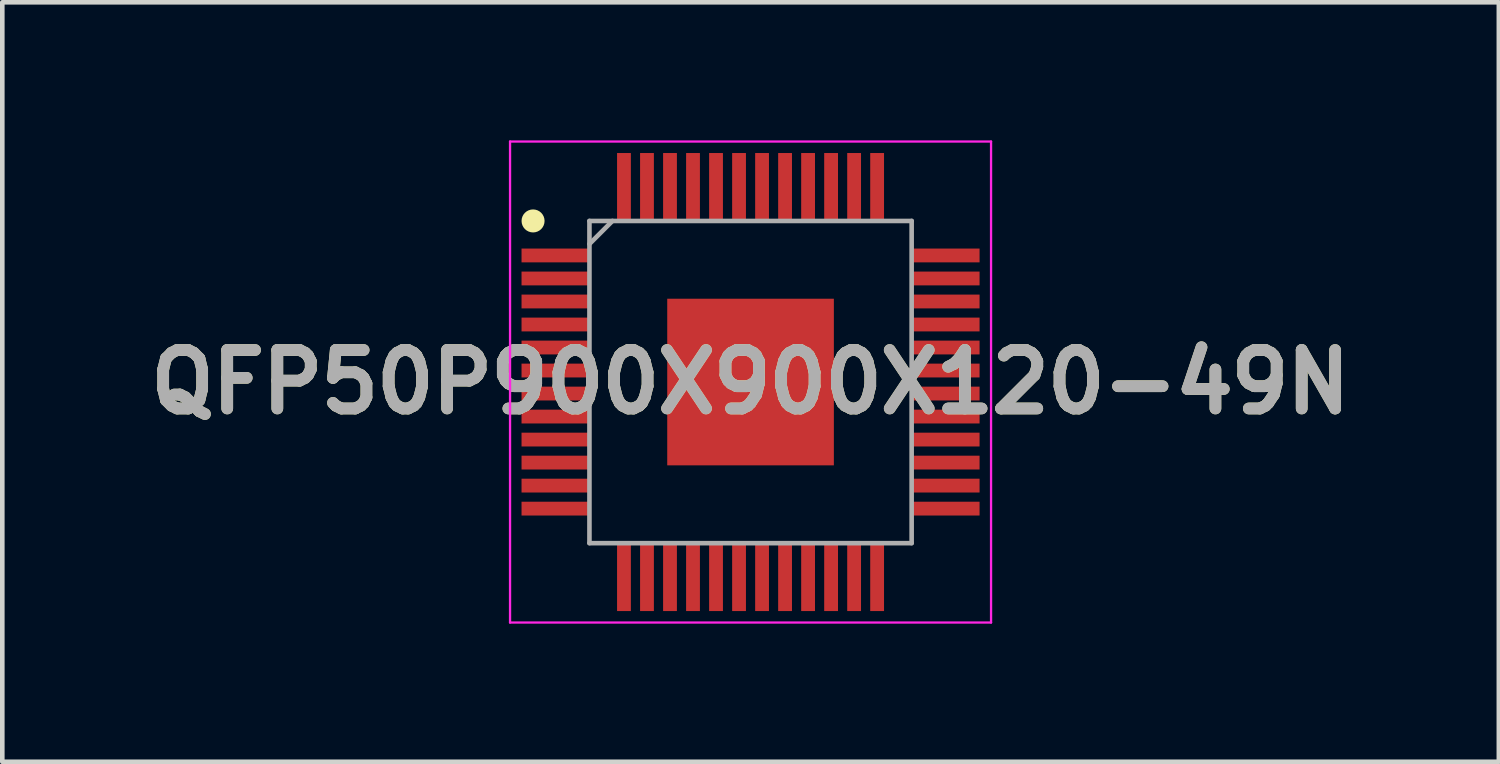
<source format=kicad_pcb>
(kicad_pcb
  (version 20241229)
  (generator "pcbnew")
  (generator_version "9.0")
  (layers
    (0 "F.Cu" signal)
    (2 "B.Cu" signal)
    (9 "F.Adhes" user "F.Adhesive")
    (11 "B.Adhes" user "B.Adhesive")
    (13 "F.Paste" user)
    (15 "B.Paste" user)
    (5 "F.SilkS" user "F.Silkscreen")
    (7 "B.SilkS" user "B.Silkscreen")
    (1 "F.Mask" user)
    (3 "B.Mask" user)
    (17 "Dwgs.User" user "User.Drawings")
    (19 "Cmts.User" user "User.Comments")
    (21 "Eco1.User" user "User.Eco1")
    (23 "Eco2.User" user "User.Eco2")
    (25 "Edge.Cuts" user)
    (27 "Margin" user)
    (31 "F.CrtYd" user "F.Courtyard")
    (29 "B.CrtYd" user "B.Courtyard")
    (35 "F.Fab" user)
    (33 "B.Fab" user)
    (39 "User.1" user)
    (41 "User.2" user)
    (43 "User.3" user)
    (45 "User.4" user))
  (footprint "QFP50P900X900X120-49N"
    (layer "F.Cu")
    (at 13.256 5.25)
    (property "Reference" "QFP50P900X900X120-49N" (at 0 0 0) (layer "F.SilkS") (effects (font (size 1.27 1.27) (thickness 0.254))))
    (attr smd)
    (fp_circle (center -4.725 -3.5) (end -4.725 -3.375) (stroke (width 0.25) (type solid)) (fill no) (layer "F.SilkS"))
    (fp_line (start -5.225 -5.225) (end 5.225 -5.225) (stroke (width 0.05) (type solid)) (layer "F.CrtYd"))
    (fp_line (start -5.225 5.225) (end -5.225 -5.225) (stroke (width 0.05) (type solid)) (layer "F.CrtYd"))
    (fp_line (start 5.225 -5.225) (end 5.225 5.225) (stroke (width 0.05) (type solid)) (layer "F.CrtYd"))
    (fp_line (start 5.225 5.225) (end -5.225 5.225) (stroke (width 0.05) (type solid)) (layer "F.CrtYd"))
    (fp_line (start -3.5 -3.5) (end 3.5 -3.5) (stroke (width 0.1) (type solid)) (layer "F.Fab"))
    (fp_line (start -3.5 -3) (end -3 -3.5) (stroke (width 0.1) (type solid)) (layer "F.Fab"))
    (fp_line (start -3.5 3.5) (end -3.5 -3.5) (stroke (width 0.1) (type solid)) (layer "F.Fab"))
    (fp_line (start 3.5 -3.5) (end 3.5 3.5) (stroke (width 0.1) (type solid)) (layer "F.Fab"))
    (fp_line (start 3.5 3.5) (end -3.5 3.5) (stroke (width 0.1) (type solid)) (layer "F.Fab"))
    (fp_text user "${REFERENCE}" (at 0 0 0) (layer "F.Fab") (effects (font (size 1.27 1.27) (thickness 0.254))))
    (pad "1" smd rect (at -4.238 -2.75 90) (size 0.3 1.475) (layers "F.Cu" "F.Mask" "F.Paste"))
    (pad "2" smd rect (at -4.238 -2.25 90) (size 0.3 1.475) (layers "F.Cu" "F.Mask" "F.Paste"))
    (pad "3" smd rect (at -4.238 -1.75 90) (size 0.3 1.475) (layers "F.Cu" "F.Mask" "F.Paste"))
    (pad "4" smd rect (at -4.238 -1.25 90) (size 0.3 1.475) (layers "F.Cu" "F.Mask" "F.Paste"))
    (pad "5" smd rect (at -4.238 -0.75 90) (size 0.3 1.475) (layers "F.Cu" "F.Mask" "F.Paste"))
    (pad "6" smd rect (at -4.238 -0.25 90) (size 0.3 1.475) (layers "F.Cu" "F.Mask" "F.Paste"))
    (pad "7" smd rect (at -4.238 0.25 90) (size 0.3 1.475) (layers "F.Cu" "F.Mask" "F.Paste"))
    (pad "8" smd rect (at -4.238 0.75 90) (size 0.3 1.475) (layers "F.Cu" "F.Mask" "F.Paste"))
    (pad "9" smd rect (at -4.238 1.25 90) (size 0.3 1.475) (layers "F.Cu" "F.Mask" "F.Paste"))
    (pad "10" smd rect (at -4.238 1.75 90) (size 0.3 1.475) (layers "F.Cu" "F.Mask" "F.Paste"))
    (pad "11" smd rect (at -4.238 2.25 90) (size 0.3 1.475) (layers "F.Cu" "F.Mask" "F.Paste"))
    (pad "12" smd rect (at -4.238 2.75 90) (size 0.3 1.475) (layers "F.Cu" "F.Mask" "F.Paste"))
    (pad "13" smd rect (at -2.75 4.238) (size 0.3 1.475) (layers "F.Cu" "F.Mask" "F.Paste"))
    (pad "14" smd rect (at -2.25 4.238) (size 0.3 1.475) (layers "F.Cu" "F.Mask" "F.Paste"))
    (pad "15" smd rect (at -1.75 4.238) (size 0.3 1.475) (layers "F.Cu" "F.Mask" "F.Paste"))
    (pad "16" smd rect (at -1.25 4.238) (size 0.3 1.475) (layers "F.Cu" "F.Mask" "F.Paste"))
    (pad "17" smd rect (at -0.75 4.238) (size 0.3 1.475) (layers "F.Cu" "F.Mask" "F.Paste"))
    (pad "18" smd rect (at -0.25 4.238) (size 0.3 1.475) (layers "F.Cu" "F.Mask" "F.Paste"))
    (pad "19" smd rect (at 0.25 4.238) (size 0.3 1.475) (layers "F.Cu" "F.Mask" "F.Paste"))
    (pad "20" smd rect (at 0.75 4.238) (size 0.3 1.475) (layers "F.Cu" "F.Mask" "F.Paste"))
    (pad "21" smd rect (at 1.25 4.238) (size 0.3 1.475) (layers "F.Cu" "F.Mask" "F.Paste"))
    (pad "22" smd rect (at 1.75 4.238) (size 0.3 1.475) (layers "F.Cu" "F.Mask" "F.Paste"))
    (pad "23" smd rect (at 2.25 4.238) (size 0.3 1.475) (layers "F.Cu" "F.Mask" "F.Paste"))
    (pad "24" smd rect (at 2.75 4.238) (size 0.3 1.475) (layers "F.Cu" "F.Mask" "F.Paste"))
    (pad "25" smd rect (at 4.238 2.75 90) (size 0.3 1.475) (layers "F.Cu" "F.Mask" "F.Paste"))
    (pad "26" smd rect (at 4.238 2.25 90) (size 0.3 1.475) (layers "F.Cu" "F.Mask" "F.Paste"))
    (pad "27" smd rect (at 4.238 1.75 90) (size 0.3 1.475) (layers "F.Cu" "F.Mask" "F.Paste"))
    (pad "28" smd rect (at 4.238 1.25 90) (size 0.3 1.475) (layers "F.Cu" "F.Mask" "F.Paste"))
    (pad "29" smd rect (at 4.238 0.75 90) (size 0.3 1.475) (layers "F.Cu" "F.Mask" "F.Paste"))
    (pad "30" smd rect (at 4.238 0.25 90) (size 0.3 1.475) (layers "F.Cu" "F.Mask" "F.Paste"))
    (pad "31" smd rect (at 4.238 -0.25 90) (size 0.3 1.475) (layers "F.Cu" "F.Mask" "F.Paste"))
    (pad "32" smd rect (at 4.238 -0.75 90) (size 0.3 1.475) (layers "F.Cu" "F.Mask" "F.Paste"))
    (pad "33" smd rect (at 4.238 -1.25 90) (size 0.3 1.475) (layers "F.Cu" "F.Mask" "F.Paste"))
    (pad "34" smd rect (at 4.238 -1.75 90) (size 0.3 1.475) (layers "F.Cu" "F.Mask" "F.Paste"))
    (pad "35" smd rect (at 4.238 -2.25 90) (size 0.3 1.475) (layers "F.Cu" "F.Mask" "F.Paste"))
    (pad "36" smd rect (at 4.238 -2.75 90) (size 0.3 1.475) (layers "F.Cu" "F.Mask" "F.Paste"))
    (pad "37" smd rect (at 2.75 -4.238) (size 0.3 1.475) (layers "F.Cu" "F.Mask" "F.Paste"))
    (pad "38" smd rect (at 2.25 -4.238) (size 0.3 1.475) (layers "F.Cu" "F.Mask" "F.Paste"))
    (pad "39" smd rect (at 1.75 -4.238) (size 0.3 1.475) (layers "F.Cu" "F.Mask" "F.Paste"))
    (pad "40" smd rect (at 1.25 -4.238) (size 0.3 1.475) (layers "F.Cu" "F.Mask" "F.Paste"))
    (pad "41" smd rect (at 0.75 -4.238) (size 0.3 1.475) (layers "F.Cu" "F.Mask" "F.Paste"))
    (pad "42" smd rect (at 0.25 -4.238) (size 0.3 1.475) (layers "F.Cu" "F.Mask" "F.Paste"))
    (pad "43" smd rect (at -0.25 -4.238) (size 0.3 1.475) (layers "F.Cu" "F.Mask" "F.Paste"))
    (pad "44" smd rect (at -0.75 -4.238) (size 0.3 1.475) (layers "F.Cu" "F.Mask" "F.Paste"))
    (pad "45" smd rect (at -1.25 -4.238) (size 0.3 1.475) (layers "F.Cu" "F.Mask" "F.Paste"))
    (pad "46" smd rect (at -1.75 -4.238) (size 0.3 1.475) (layers "F.Cu" "F.Mask" "F.Paste"))
    (pad "47" smd rect (at -2.25 -4.238) (size 0.3 1.475) (layers "F.Cu" "F.Mask" "F.Paste"))
    (pad "48" smd rect (at -2.75 -4.238) (size 0.3 1.475) (layers "F.Cu" "F.Mask" "F.Paste"))
    (pad "49" smd rect (at 0 0) (size 3.62 3.62) (layers "F.Cu" "F.Mask" "F.Paste")))
  (gr_rect
    (start -3 -3)
    (end 29.513 13.5)
    (stroke (width 0.1) (type default))
    (fill no)
    (layer "Edge.Cuts")))
</source>
